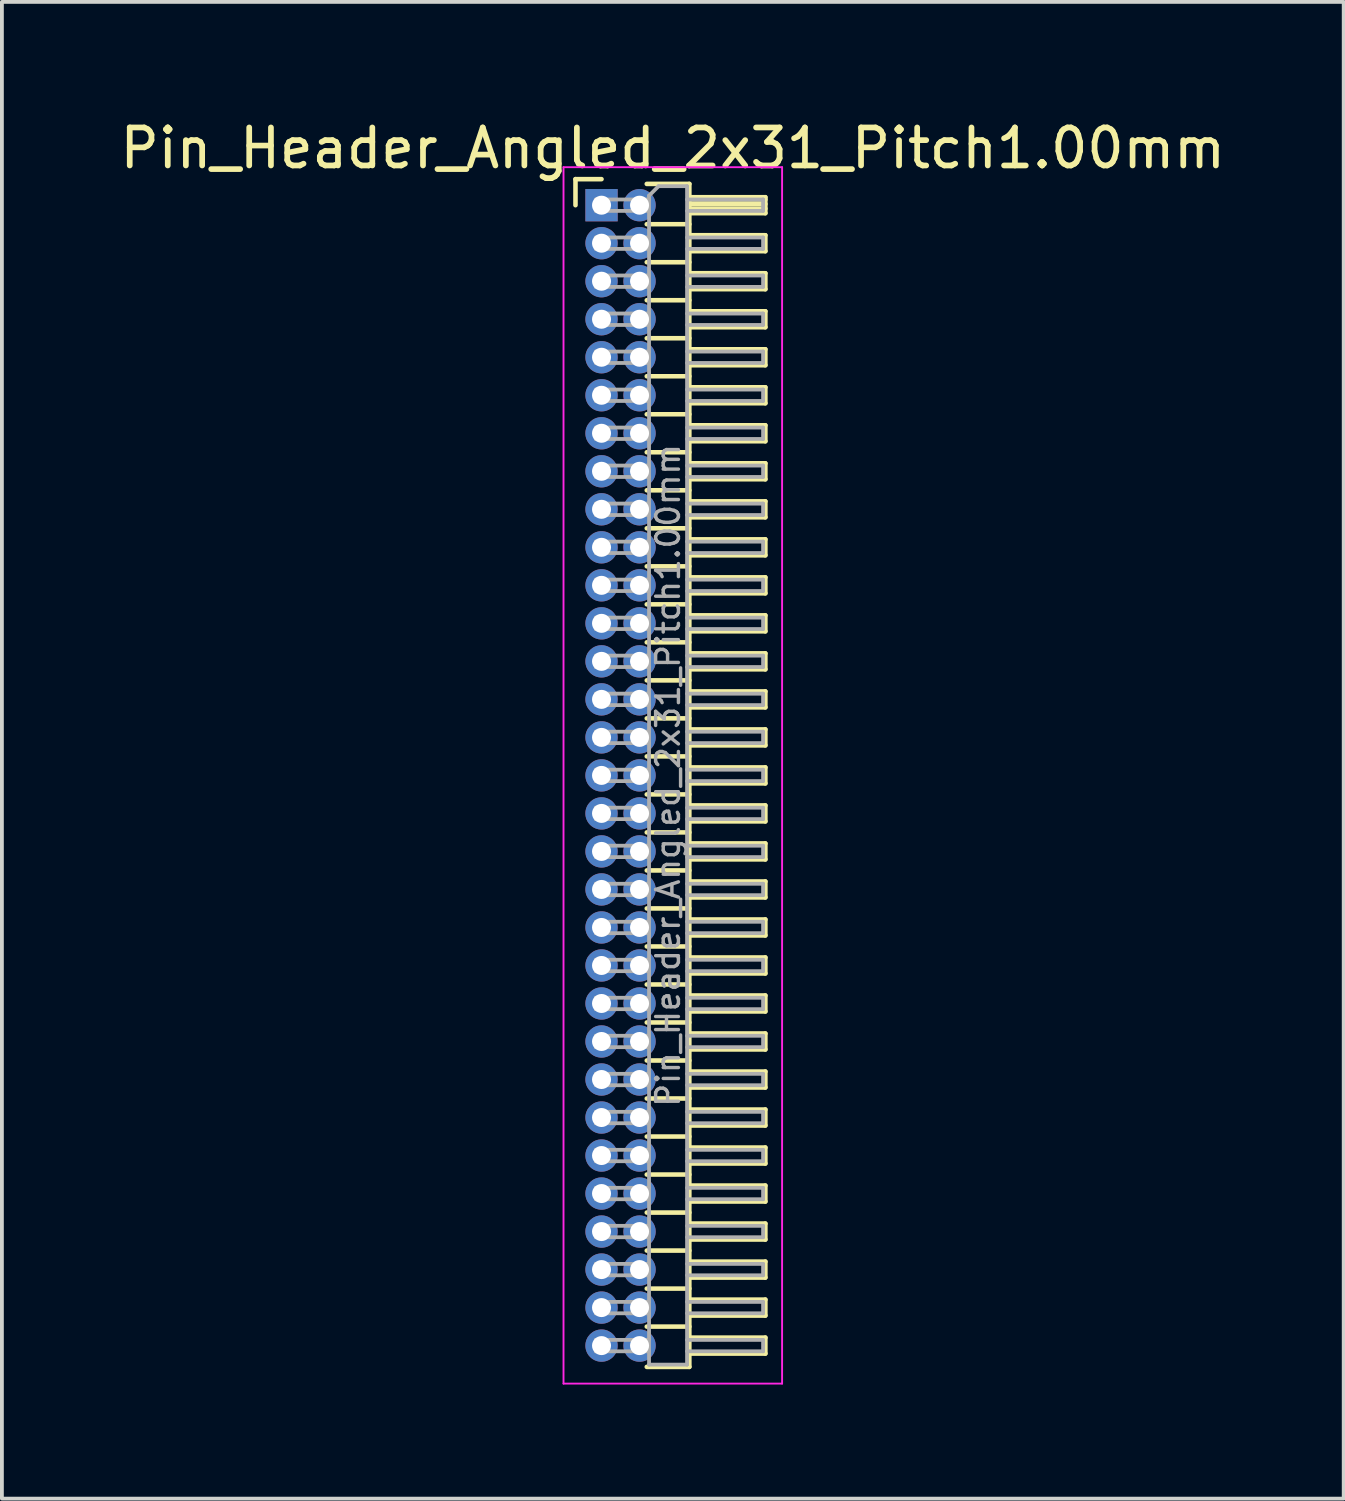
<source format=kicad_pcb>
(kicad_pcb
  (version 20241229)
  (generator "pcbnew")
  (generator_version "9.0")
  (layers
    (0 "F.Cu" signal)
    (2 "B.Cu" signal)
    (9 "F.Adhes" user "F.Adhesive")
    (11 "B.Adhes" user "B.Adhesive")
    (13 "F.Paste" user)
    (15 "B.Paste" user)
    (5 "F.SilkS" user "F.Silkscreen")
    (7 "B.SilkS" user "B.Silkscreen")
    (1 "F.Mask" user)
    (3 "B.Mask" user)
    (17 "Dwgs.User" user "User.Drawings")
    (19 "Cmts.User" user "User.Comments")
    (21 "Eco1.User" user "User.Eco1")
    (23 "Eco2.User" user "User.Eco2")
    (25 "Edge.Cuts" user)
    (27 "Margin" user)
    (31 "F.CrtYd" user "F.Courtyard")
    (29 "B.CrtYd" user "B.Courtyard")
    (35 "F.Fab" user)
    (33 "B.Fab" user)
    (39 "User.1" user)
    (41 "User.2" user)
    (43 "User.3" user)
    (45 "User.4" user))
  (footprint "Pin_Header_Angled_2x31_Pitch1.00mm"
    (layer "F.Cu")
    (at 12.774 2.348)
    (property "Reference" "Pin_Header_Angled_2x31_Pitch1.00mm" (at 1.875 -1.5 0) (layer "F.SilkS") (effects (font (size 1 1) (thickness 0.15))))
    (attr through_hole)
    (fp_line (start -0.685 -0.685) (end 0 -0.685) (stroke (width 0.12) (type solid)) (layer "F.SilkS"))
    (fp_line (start -0.685 0) (end -0.685 -0.685) (stroke (width 0.12) (type solid)) (layer "F.SilkS"))
    (fp_line (start 1.19 -0.56) (end 2.31 -0.56) (stroke (width 0.12) (type solid)) (layer "F.SilkS"))
    (fp_line (start 1.19 0.5) (end 2.31 0.5) (stroke (width 0.12) (type solid)) (layer "F.SilkS"))
    (fp_line (start 1.19 1.5) (end 2.31 1.5) (stroke (width 0.12) (type solid)) (layer "F.SilkS"))
    (fp_line (start 1.19 2.5) (end 2.31 2.5) (stroke (width 0.12) (type solid)) (layer "F.SilkS"))
    (fp_line (start 1.19 3.5) (end 2.31 3.5) (stroke (width 0.12) (type solid)) (layer "F.SilkS"))
    (fp_line (start 1.19 4.5) (end 2.31 4.5) (stroke (width 0.12) (type solid)) (layer "F.SilkS"))
    (fp_line (start 1.19 5.5) (end 2.31 5.5) (stroke (width 0.12) (type solid)) (layer "F.SilkS"))
    (fp_line (start 1.19 6.5) (end 2.31 6.5) (stroke (width 0.12) (type solid)) (layer "F.SilkS"))
    (fp_line (start 1.19 7.5) (end 2.31 7.5) (stroke (width 0.12) (type solid)) (layer "F.SilkS"))
    (fp_line (start 1.19 8.5) (end 2.31 8.5) (stroke (width 0.12) (type solid)) (layer "F.SilkS"))
    (fp_line (start 1.19 9.5) (end 2.31 9.5) (stroke (width 0.12) (type solid)) (layer "F.SilkS"))
    (fp_line (start 1.19 10.5) (end 2.31 10.5) (stroke (width 0.12) (type solid)) (layer "F.SilkS"))
    (fp_line (start 1.19 11.5) (end 2.31 11.5) (stroke (width 0.12) (type solid)) (layer "F.SilkS"))
    (fp_line (start 1.19 12.5) (end 2.31 12.5) (stroke (width 0.12) (type solid)) (layer "F.SilkS"))
    (fp_line (start 1.19 13.5) (end 2.31 13.5) (stroke (width 0.12) (type solid)) (layer "F.SilkS"))
    (fp_line (start 1.19 14.5) (end 2.31 14.5) (stroke (width 0.12) (type solid)) (layer "F.SilkS"))
    (fp_line (start 1.19 15.5) (end 2.31 15.5) (stroke (width 0.12) (type solid)) (layer "F.SilkS"))
    (fp_line (start 1.19 16.5) (end 2.31 16.5) (stroke (width 0.12) (type solid)) (layer "F.SilkS"))
    (fp_line (start 1.19 17.5) (end 2.31 17.5) (stroke (width 0.12) (type solid)) (layer "F.SilkS"))
    (fp_line (start 1.19 18.5) (end 2.31 18.5) (stroke (width 0.12) (type solid)) (layer "F.SilkS"))
    (fp_line (start 1.19 19.5) (end 2.31 19.5) (stroke (width 0.12) (type solid)) (layer "F.SilkS"))
    (fp_line (start 1.19 20.5) (end 2.31 20.5) (stroke (width 0.12) (type solid)) (layer "F.SilkS"))
    (fp_line (start 1.19 21.5) (end 2.31 21.5) (stroke (width 0.12) (type solid)) (layer "F.SilkS"))
    (fp_line (start 1.19 22.5) (end 2.31 22.5) (stroke (width 0.12) (type solid)) (layer "F.SilkS"))
    (fp_line (start 1.19 23.5) (end 2.31 23.5) (stroke (width 0.12) (type solid)) (layer "F.SilkS"))
    (fp_line (start 1.19 24.5) (end 2.31 24.5) (stroke (width 0.12) (type solid)) (layer "F.SilkS"))
    (fp_line (start 1.19 25.5) (end 2.31 25.5) (stroke (width 0.12) (type solid)) (layer "F.SilkS"))
    (fp_line (start 1.19 26.5) (end 2.31 26.5) (stroke (width 0.12) (type solid)) (layer "F.SilkS"))
    (fp_line (start 1.19 27.5) (end 2.31 27.5) (stroke (width 0.12) (type solid)) (layer "F.SilkS"))
    (fp_line (start 1.19 28.5) (end 2.31 28.5) (stroke (width 0.12) (type solid)) (layer "F.SilkS"))
    (fp_line (start 1.19 29.5) (end 2.31 29.5) (stroke (width 0.12) (type solid)) (layer "F.SilkS"))
    (fp_line (start 2.31 -0.56) (end 2.31 30.56) (stroke (width 0.12) (type solid)) (layer "F.SilkS"))
    (fp_line (start 2.31 -0.21) (end 4.31 -0.21) (stroke (width 0.12) (type solid)) (layer "F.SilkS"))
    (fp_line (start 2.31 -0.15) (end 4.31 -0.15) (stroke (width 0.12) (type solid)) (layer "F.SilkS"))
    (fp_line (start 2.31 -0.03) (end 4.31 -0.03) (stroke (width 0.12) (type solid)) (layer "F.SilkS"))
    (fp_line (start 2.31 0.09) (end 4.31 0.09) (stroke (width 0.12) (type solid)) (layer "F.SilkS"))
    (fp_line (start 2.31 0.79) (end 4.31 0.79) (stroke (width 0.12) (type solid)) (layer "F.SilkS"))
    (fp_line (start 2.31 1.79) (end 4.31 1.79) (stroke (width 0.12) (type solid)) (layer "F.SilkS"))
    (fp_line (start 2.31 2.79) (end 4.31 2.79) (stroke (width 0.12) (type solid)) (layer "F.SilkS"))
    (fp_line (start 2.31 3.79) (end 4.31 3.79) (stroke (width 0.12) (type solid)) (layer "F.SilkS"))
    (fp_line (start 2.31 4.79) (end 4.31 4.79) (stroke (width 0.12) (type solid)) (layer "F.SilkS"))
    (fp_line (start 2.31 5.79) (end 4.31 5.79) (stroke (width 0.12) (type solid)) (layer "F.SilkS"))
    (fp_line (start 2.31 6.79) (end 4.31 6.79) (stroke (width 0.12) (type solid)) (layer "F.SilkS"))
    (fp_line (start 2.31 7.79) (end 4.31 7.79) (stroke (width 0.12) (type solid)) (layer "F.SilkS"))
    (fp_line (start 2.31 8.79) (end 4.31 8.79) (stroke (width 0.12) (type solid)) (layer "F.SilkS"))
    (fp_line (start 2.31 9.79) (end 4.31 9.79) (stroke (width 0.12) (type solid)) (layer "F.SilkS"))
    (fp_line (start 2.31 10.79) (end 4.31 10.79) (stroke (width 0.12) (type solid)) (layer "F.SilkS"))
    (fp_line (start 2.31 11.79) (end 4.31 11.79) (stroke (width 0.12) (type solid)) (layer "F.SilkS"))
    (fp_line (start 2.31 12.79) (end 4.31 12.79) (stroke (width 0.12) (type solid)) (layer "F.SilkS"))
    (fp_line (start 2.31 13.79) (end 4.31 13.79) (stroke (width 0.12) (type solid)) (layer "F.SilkS"))
    (fp_line (start 2.31 14.79) (end 4.31 14.79) (stroke (width 0.12) (type solid)) (layer "F.SilkS"))
    (fp_line (start 2.31 15.79) (end 4.31 15.79) (stroke (width 0.12) (type solid)) (layer "F.SilkS"))
    (fp_line (start 2.31 16.79) (end 4.31 16.79) (stroke (width 0.12) (type solid)) (layer "F.SilkS"))
    (fp_line (start 2.31 17.79) (end 4.31 17.79) (stroke (width 0.12) (type solid)) (layer "F.SilkS"))
    (fp_line (start 2.31 18.79) (end 4.31 18.79) (stroke (width 0.12) (type solid)) (layer "F.SilkS"))
    (fp_line (start 2.31 19.79) (end 4.31 19.79) (stroke (width 0.12) (type solid)) (layer "F.SilkS"))
    (fp_line (start 2.31 20.79) (end 4.31 20.79) (stroke (width 0.12) (type solid)) (layer "F.SilkS"))
    (fp_line (start 2.31 21.79) (end 4.31 21.79) (stroke (width 0.12) (type solid)) (layer "F.SilkS"))
    (fp_line (start 2.31 22.79) (end 4.31 22.79) (stroke (width 0.12) (type solid)) (layer "F.SilkS"))
    (fp_line (start 2.31 23.79) (end 4.31 23.79) (stroke (width 0.12) (type solid)) (layer "F.SilkS"))
    (fp_line (start 2.31 24.79) (end 4.31 24.79) (stroke (width 0.12) (type solid)) (layer "F.SilkS"))
    (fp_line (start 2.31 25.79) (end 4.31 25.79) (stroke (width 0.12) (type solid)) (layer "F.SilkS"))
    (fp_line (start 2.31 26.79) (end 4.31 26.79) (stroke (width 0.12) (type solid)) (layer "F.SilkS"))
    (fp_line (start 2.31 27.79) (end 4.31 27.79) (stroke (width 0.12) (type solid)) (layer "F.SilkS"))
    (fp_line (start 2.31 28.79) (end 4.31 28.79) (stroke (width 0.12) (type solid)) (layer "F.SilkS"))
    (fp_line (start 2.31 29.79) (end 4.31 29.79) (stroke (width 0.12) (type solid)) (layer "F.SilkS"))
    (fp_line (start 2.31 30.56) (end 1.19 30.56) (stroke (width 0.12) (type solid)) (layer "F.SilkS"))
    (fp_line (start 4.31 -0.21) (end 4.31 0.21) (stroke (width 0.12) (type solid)) (layer "F.SilkS"))
    (fp_line (start 4.31 0.21) (end 2.31 0.21) (stroke (width 0.12) (type solid)) (layer "F.SilkS"))
    (fp_line (start 4.31 0.79) (end 4.31 1.21) (stroke (width 0.12) (type solid)) (layer "F.SilkS"))
    (fp_line (start 4.31 1.21) (end 2.31 1.21) (stroke (width 0.12) (type solid)) (layer "F.SilkS"))
    (fp_line (start 4.31 1.79) (end 4.31 2.21) (stroke (width 0.12) (type solid)) (layer "F.SilkS"))
    (fp_line (start 4.31 2.21) (end 2.31 2.21) (stroke (width 0.12) (type solid)) (layer "F.SilkS"))
    (fp_line (start 4.31 2.79) (end 4.31 3.21) (stroke (width 0.12) (type solid)) (layer "F.SilkS"))
    (fp_line (start 4.31 3.21) (end 2.31 3.21) (stroke (width 0.12) (type solid)) (layer "F.SilkS"))
    (fp_line (start 4.31 3.79) (end 4.31 4.21) (stroke (width 0.12) (type solid)) (layer "F.SilkS"))
    (fp_line (start 4.31 4.21) (end 2.31 4.21) (stroke (width 0.12) (type solid)) (layer "F.SilkS"))
    (fp_line (start 4.31 4.79) (end 4.31 5.21) (stroke (width 0.12) (type solid)) (layer "F.SilkS"))
    (fp_line (start 4.31 5.21) (end 2.31 5.21) (stroke (width 0.12) (type solid)) (layer "F.SilkS"))
    (fp_line (start 4.31 5.79) (end 4.31 6.21) (stroke (width 0.12) (type solid)) (layer "F.SilkS"))
    (fp_line (start 4.31 6.21) (end 2.31 6.21) (stroke (width 0.12) (type solid)) (layer "F.SilkS"))
    (fp_line (start 4.31 6.79) (end 4.31 7.21) (stroke (width 0.12) (type solid)) (layer "F.SilkS"))
    (fp_line (start 4.31 7.21) (end 2.31 7.21) (stroke (width 0.12) (type solid)) (layer "F.SilkS"))
    (fp_line (start 4.31 7.79) (end 4.31 8.21) (stroke (width 0.12) (type solid)) (layer "F.SilkS"))
    (fp_line (start 4.31 8.21) (end 2.31 8.21) (stroke (width 0.12) (type solid)) (layer "F.SilkS"))
    (fp_line (start 4.31 8.79) (end 4.31 9.21) (stroke (width 0.12) (type solid)) (layer "F.SilkS"))
    (fp_line (start 4.31 9.21) (end 2.31 9.21) (stroke (width 0.12) (type solid)) (layer "F.SilkS"))
    (fp_line (start 4.31 9.79) (end 4.31 10.21) (stroke (width 0.12) (type solid)) (layer "F.SilkS"))
    (fp_line (start 4.31 10.21) (end 2.31 10.21) (stroke (width 0.12) (type solid)) (layer "F.SilkS"))
    (fp_line (start 4.31 10.79) (end 4.31 11.21) (stroke (width 0.12) (type solid)) (layer "F.SilkS"))
    (fp_line (start 4.31 11.21) (end 2.31 11.21) (stroke (width 0.12) (type solid)) (layer "F.SilkS"))
    (fp_line (start 4.31 11.79) (end 4.31 12.21) (stroke (width 0.12) (type solid)) (layer "F.SilkS"))
    (fp_line (start 4.31 12.21) (end 2.31 12.21) (stroke (width 0.12) (type solid)) (layer "F.SilkS"))
    (fp_line (start 4.31 12.79) (end 4.31 13.21) (stroke (width 0.12) (type solid)) (layer "F.SilkS"))
    (fp_line (start 4.31 13.21) (end 2.31 13.21) (stroke (width 0.12) (type solid)) (layer "F.SilkS"))
    (fp_line (start 4.31 13.79) (end 4.31 14.21) (stroke (width 0.12) (type solid)) (layer "F.SilkS"))
    (fp_line (start 4.31 14.21) (end 2.31 14.21) (stroke (width 0.12) (type solid)) (layer "F.SilkS"))
    (fp_line (start 4.31 14.79) (end 4.31 15.21) (stroke (width 0.12) (type solid)) (layer "F.SilkS"))
    (fp_line (start 4.31 15.21) (end 2.31 15.21) (stroke (width 0.12) (type solid)) (layer "F.SilkS"))
    (fp_line (start 4.31 15.79) (end 4.31 16.21) (stroke (width 0.12) (type solid)) (layer "F.SilkS"))
    (fp_line (start 4.31 16.21) (end 2.31 16.21) (stroke (width 0.12) (type solid)) (layer "F.SilkS"))
    (fp_line (start 4.31 16.79) (end 4.31 17.21) (stroke (width 0.12) (type solid)) (layer "F.SilkS"))
    (fp_line (start 4.31 17.21) (end 2.31 17.21) (stroke (width 0.12) (type solid)) (layer "F.SilkS"))
    (fp_line (start 4.31 17.79) (end 4.31 18.21) (stroke (width 0.12) (type solid)) (layer "F.SilkS"))
    (fp_line (start 4.31 18.21) (end 2.31 18.21) (stroke (width 0.12) (type solid)) (layer "F.SilkS"))
    (fp_line (start 4.31 18.79) (end 4.31 19.21) (stroke (width 0.12) (type solid)) (layer "F.SilkS"))
    (fp_line (start 4.31 19.21) (end 2.31 19.21) (stroke (width 0.12) (type solid)) (layer "F.SilkS"))
    (fp_line (start 4.31 19.79) (end 4.31 20.21) (stroke (width 0.12) (type solid)) (layer "F.SilkS"))
    (fp_line (start 4.31 20.21) (end 2.31 20.21) (stroke (width 0.12) (type solid)) (layer "F.SilkS"))
    (fp_line (start 4.31 20.79) (end 4.31 21.21) (stroke (width 0.12) (type solid)) (layer "F.SilkS"))
    (fp_line (start 4.31 21.21) (end 2.31 21.21) (stroke (width 0.12) (type solid)) (layer "F.SilkS"))
    (fp_line (start 4.31 21.79) (end 4.31 22.21) (stroke (width 0.12) (type solid)) (layer "F.SilkS"))
    (fp_line (start 4.31 22.21) (end 2.31 22.21) (stroke (width 0.12) (type solid)) (layer "F.SilkS"))
    (fp_line (start 4.31 22.79) (end 4.31 23.21) (stroke (width 0.12) (type solid)) (layer "F.SilkS"))
    (fp_line (start 4.31 23.21) (end 2.31 23.21) (stroke (width 0.12) (type solid)) (layer "F.SilkS"))
    (fp_line (start 4.31 23.79) (end 4.31 24.21) (stroke (width 0.12) (type solid)) (layer "F.SilkS"))
    (fp_line (start 4.31 24.21) (end 2.31 24.21) (stroke (width 0.12) (type solid)) (layer "F.SilkS"))
    (fp_line (start 4.31 24.79) (end 4.31 25.21) (stroke (width 0.12) (type solid)) (layer "F.SilkS"))
    (fp_line (start 4.31 25.21) (end 2.31 25.21) (stroke (width 0.12) (type solid)) (layer "F.SilkS"))
    (fp_line (start 4.31 25.79) (end 4.31 26.21) (stroke (width 0.12) (type solid)) (layer "F.SilkS"))
    (fp_line (start 4.31 26.21) (end 2.31 26.21) (stroke (width 0.12) (type solid)) (layer "F.SilkS"))
    (fp_line (start 4.31 26.79) (end 4.31 27.21) (stroke (width 0.12) (type solid)) (layer "F.SilkS"))
    (fp_line (start 4.31 27.21) (end 2.31 27.21) (stroke (width 0.12) (type solid)) (layer "F.SilkS"))
    (fp_line (start 4.31 27.79) (end 4.31 28.21) (stroke (width 0.12) (type solid)) (layer "F.SilkS"))
    (fp_line (start 4.31 28.21) (end 2.31 28.21) (stroke (width 0.12) (type solid)) (layer "F.SilkS"))
    (fp_line (start 4.31 28.79) (end 4.31 29.21) (stroke (width 0.12) (type solid)) (layer "F.SilkS"))
    (fp_line (start 4.31 29.21) (end 2.31 29.21) (stroke (width 0.12) (type solid)) (layer "F.SilkS"))
    (fp_line (start 4.31 29.79) (end 4.31 30.21) (stroke (width 0.12) (type solid)) (layer "F.SilkS"))
    (fp_line (start 4.31 30.21) (end 2.31 30.21) (stroke (width 0.12) (type solid)) (layer "F.SilkS"))
    (fp_line (start -1 -1) (end -1 31) (stroke (width 0.05) (type solid)) (layer "F.CrtYd"))
    (fp_line (start -1 31) (end 4.75 31) (stroke (width 0.05) (type solid)) (layer "F.CrtYd"))
    (fp_line (start 4.75 -1) (end -1 -1) (stroke (width 0.05) (type solid)) (layer "F.CrtYd"))
    (fp_line (start 4.75 31) (end 4.75 -1) (stroke (width 0.05) (type solid)) (layer "F.CrtYd"))
    (fp_line (start -0.15 -0.15) (end -0.15 0.15) (stroke (width 0.1) (type solid)) (layer "F.Fab"))
    (fp_line (start -0.15 -0.15) (end 1.25 -0.15) (stroke (width 0.1) (type solid)) (layer "F.Fab"))
    (fp_line (start -0.15 0.15) (end 1.25 0.15) (stroke (width 0.1) (type solid)) (layer "F.Fab"))
    (fp_line (start -0.15 0.85) (end -0.15 1.15) (stroke (width 0.1) (type solid)) (layer "F.Fab"))
    (fp_line (start -0.15 0.85) (end 1.25 0.85) (stroke (width 0.1) (type solid)) (layer "F.Fab"))
    (fp_line (start -0.15 1.15) (end 1.25 1.15) (stroke (width 0.1) (type solid)) (layer "F.Fab"))
    (fp_line (start -0.15 1.85) (end -0.15 2.15) (stroke (width 0.1) (type solid)) (layer "F.Fab"))
    (fp_line (start -0.15 1.85) (end 1.25 1.85) (stroke (width 0.1) (type solid)) (layer "F.Fab"))
    (fp_line (start -0.15 2.15) (end 1.25 2.15) (stroke (width 0.1) (type solid)) (layer "F.Fab"))
    (fp_line (start -0.15 2.85) (end -0.15 3.15) (stroke (width 0.1) (type solid)) (layer "F.Fab"))
    (fp_line (start -0.15 2.85) (end 1.25 2.85) (stroke (width 0.1) (type solid)) (layer "F.Fab"))
    (fp_line (start -0.15 3.15) (end 1.25 3.15) (stroke (width 0.1) (type solid)) (layer "F.Fab"))
    (fp_line (start -0.15 3.85) (end -0.15 4.15) (stroke (width 0.1) (type solid)) (layer "F.Fab"))
    (fp_line (start -0.15 3.85) (end 1.25 3.85) (stroke (width 0.1) (type solid)) (layer "F.Fab"))
    (fp_line (start -0.15 4.15) (end 1.25 4.15) (stroke (width 0.1) (type solid)) (layer "F.Fab"))
    (fp_line (start -0.15 4.85) (end -0.15 5.15) (stroke (width 0.1) (type solid)) (layer "F.Fab"))
    (fp_line (start -0.15 4.85) (end 1.25 4.85) (stroke (width 0.1) (type solid)) (layer "F.Fab"))
    (fp_line (start -0.15 5.15) (end 1.25 5.15) (stroke (width 0.1) (type solid)) (layer "F.Fab"))
    (fp_line (start -0.15 5.85) (end -0.15 6.15) (stroke (width 0.1) (type solid)) (layer "F.Fab"))
    (fp_line (start -0.15 5.85) (end 1.25 5.85) (stroke (width 0.1) (type solid)) (layer "F.Fab"))
    (fp_line (start -0.15 6.15) (end 1.25 6.15) (stroke (width 0.1) (type solid)) (layer "F.Fab"))
    (fp_line (start -0.15 6.85) (end -0.15 7.15) (stroke (width 0.1) (type solid)) (layer "F.Fab"))
    (fp_line (start -0.15 6.85) (end 1.25 6.85) (stroke (width 0.1) (type solid)) (layer "F.Fab"))
    (fp_line (start -0.15 7.15) (end 1.25 7.15) (stroke (width 0.1) (type solid)) (layer "F.Fab"))
    (fp_line (start -0.15 7.85) (end -0.15 8.15) (stroke (width 0.1) (type solid)) (layer "F.Fab"))
    (fp_line (start -0.15 7.85) (end 1.25 7.85) (stroke (width 0.1) (type solid)) (layer "F.Fab"))
    (fp_line (start -0.15 8.15) (end 1.25 8.15) (stroke (width 0.1) (type solid)) (layer "F.Fab"))
    (fp_line (start -0.15 8.85) (end -0.15 9.15) (stroke (width 0.1) (type solid)) (layer "F.Fab"))
    (fp_line (start -0.15 8.85) (end 1.25 8.85) (stroke (width 0.1) (type solid)) (layer "F.Fab"))
    (fp_line (start -0.15 9.15) (end 1.25 9.15) (stroke (width 0.1) (type solid)) (layer "F.Fab"))
    (fp_line (start -0.15 9.85) (end -0.15 10.15) (stroke (width 0.1) (type solid)) (layer "F.Fab"))
    (fp_line (start -0.15 9.85) (end 1.25 9.85) (stroke (width 0.1) (type solid)) (layer "F.Fab"))
    (fp_line (start -0.15 10.15) (end 1.25 10.15) (stroke (width 0.1) (type solid)) (layer "F.Fab"))
    (fp_line (start -0.15 10.85) (end -0.15 11.15) (stroke (width 0.1) (type solid)) (layer "F.Fab"))
    (fp_line (start -0.15 10.85) (end 1.25 10.85) (stroke (width 0.1) (type solid)) (layer "F.Fab"))
    (fp_line (start -0.15 11.15) (end 1.25 11.15) (stroke (width 0.1) (type solid)) (layer "F.Fab"))
    (fp_line (start -0.15 11.85) (end -0.15 12.15) (stroke (width 0.1) (type solid)) (layer "F.Fab"))
    (fp_line (start -0.15 11.85) (end 1.25 11.85) (stroke (width 0.1) (type solid)) (layer "F.Fab"))
    (fp_line (start -0.15 12.15) (end 1.25 12.15) (stroke (width 0.1) (type solid)) (layer "F.Fab"))
    (fp_line (start -0.15 12.85) (end -0.15 13.15) (stroke (width 0.1) (type solid)) (layer "F.Fab"))
    (fp_line (start -0.15 12.85) (end 1.25 12.85) (stroke (width 0.1) (type solid)) (layer "F.Fab"))
    (fp_line (start -0.15 13.15) (end 1.25 13.15) (stroke (width 0.1) (type solid)) (layer "F.Fab"))
    (fp_line (start -0.15 13.85) (end -0.15 14.15) (stroke (width 0.1) (type solid)) (layer "F.Fab"))
    (fp_line (start -0.15 13.85) (end 1.25 13.85) (stroke (width 0.1) (type solid)) (layer "F.Fab"))
    (fp_line (start -0.15 14.15) (end 1.25 14.15) (stroke (width 0.1) (type solid)) (layer "F.Fab"))
    (fp_line (start -0.15 14.85) (end -0.15 15.15) (stroke (width 0.1) (type solid)) (layer "F.Fab"))
    (fp_line (start -0.15 14.85) (end 1.25 14.85) (stroke (width 0.1) (type solid)) (layer "F.Fab"))
    (fp_line (start -0.15 15.15) (end 1.25 15.15) (stroke (width 0.1) (type solid)) (layer "F.Fab"))
    (fp_line (start -0.15 15.85) (end -0.15 16.15) (stroke (width 0.1) (type solid)) (layer "F.Fab"))
    (fp_line (start -0.15 15.85) (end 1.25 15.85) (stroke (width 0.1) (type solid)) (layer "F.Fab"))
    (fp_line (start -0.15 16.15) (end 1.25 16.15) (stroke (width 0.1) (type solid)) (layer "F.Fab"))
    (fp_line (start -0.15 16.85) (end -0.15 17.15) (stroke (width 0.1) (type solid)) (layer "F.Fab"))
    (fp_line (start -0.15 16.85) (end 1.25 16.85) (stroke (width 0.1) (type solid)) (layer "F.Fab"))
    (fp_line (start -0.15 17.15) (end 1.25 17.15) (stroke (width 0.1) (type solid)) (layer "F.Fab"))
    (fp_line (start -0.15 17.85) (end -0.15 18.15) (stroke (width 0.1) (type solid)) (layer "F.Fab"))
    (fp_line (start -0.15 17.85) (end 1.25 17.85) (stroke (width 0.1) (type solid)) (layer "F.Fab"))
    (fp_line (start -0.15 18.15) (end 1.25 18.15) (stroke (width 0.1) (type solid)) (layer "F.Fab"))
    (fp_line (start -0.15 18.85) (end -0.15 19.15) (stroke (width 0.1) (type solid)) (layer "F.Fab"))
    (fp_line (start -0.15 18.85) (end 1.25 18.85) (stroke (width 0.1) (type solid)) (layer "F.Fab"))
    (fp_line (start -0.15 19.15) (end 1.25 19.15) (stroke (width 0.1) (type solid)) (layer "F.Fab"))
    (fp_line (start -0.15 19.85) (end -0.15 20.15) (stroke (width 0.1) (type solid)) (layer "F.Fab"))
    (fp_line (start -0.15 19.85) (end 1.25 19.85) (stroke (width 0.1) (type solid)) (layer "F.Fab"))
    (fp_line (start -0.15 20.15) (end 1.25 20.15) (stroke (width 0.1) (type solid)) (layer "F.Fab"))
    (fp_line (start -0.15 20.85) (end -0.15 21.15) (stroke (width 0.1) (type solid)) (layer "F.Fab"))
    (fp_line (start -0.15 20.85) (end 1.25 20.85) (stroke (width 0.1) (type solid)) (layer "F.Fab"))
    (fp_line (start -0.15 21.15) (end 1.25 21.15) (stroke (width 0.1) (type solid)) (layer "F.Fab"))
    (fp_line (start -0.15 21.85) (end -0.15 22.15) (stroke (width 0.1) (type solid)) (layer "F.Fab"))
    (fp_line (start -0.15 21.85) (end 1.25 21.85) (stroke (width 0.1) (type solid)) (layer "F.Fab"))
    (fp_line (start -0.15 22.15) (end 1.25 22.15) (stroke (width 0.1) (type solid)) (layer "F.Fab"))
    (fp_line (start -0.15 22.85) (end -0.15 23.15) (stroke (width 0.1) (type solid)) (layer "F.Fab"))
    (fp_line (start -0.15 22.85) (end 1.25 22.85) (stroke (width 0.1) (type solid)) (layer "F.Fab"))
    (fp_line (start -0.15 23.15) (end 1.25 23.15) (stroke (width 0.1) (type solid)) (layer "F.Fab"))
    (fp_line (start -0.15 23.85) (end -0.15 24.15) (stroke (width 0.1) (type solid)) (layer "F.Fab"))
    (fp_line (start -0.15 23.85) (end 1.25 23.85) (stroke (width 0.1) (type solid)) (layer "F.Fab"))
    (fp_line (start -0.15 24.15) (end 1.25 24.15) (stroke (width 0.1) (type solid)) (layer "F.Fab"))
    (fp_line (start -0.15 24.85) (end -0.15 25.15) (stroke (width 0.1) (type solid)) (layer "F.Fab"))
    (fp_line (start -0.15 24.85) (end 1.25 24.85) (stroke (width 0.1) (type solid)) (layer "F.Fab"))
    (fp_line (start -0.15 25.15) (end 1.25 25.15) (stroke (width 0.1) (type solid)) (layer "F.Fab"))
    (fp_line (start -0.15 25.85) (end -0.15 26.15) (stroke (width 0.1) (type solid)) (layer "F.Fab"))
    (fp_line (start -0.15 25.85) (end 1.25 25.85) (stroke (width 0.1) (type solid)) (layer "F.Fab"))
    (fp_line (start -0.15 26.15) (end 1.25 26.15) (stroke (width 0.1) (type solid)) (layer "F.Fab"))
    (fp_line (start -0.15 26.85) (end -0.15 27.15) (stroke (width 0.1) (type solid)) (layer "F.Fab"))
    (fp_line (start -0.15 26.85) (end 1.25 26.85) (stroke (width 0.1) (type solid)) (layer "F.Fab"))
    (fp_line (start -0.15 27.15) (end 1.25 27.15) (stroke (width 0.1) (type solid)) (layer "F.Fab"))
    (fp_line (start -0.15 27.85) (end -0.15 28.15) (stroke (width 0.1) (type solid)) (layer "F.Fab"))
    (fp_line (start -0.15 27.85) (end 1.25 27.85) (stroke (width 0.1) (type solid)) (layer "F.Fab"))
    (fp_line (start -0.15 28.15) (end 1.25 28.15) (stroke (width 0.1) (type solid)) (layer "F.Fab"))
    (fp_line (start -0.15 28.85) (end -0.15 29.15) (stroke (width 0.1) (type solid)) (layer "F.Fab"))
    (fp_line (start -0.15 28.85) (end 1.25 28.85) (stroke (width 0.1) (type solid)) (layer "F.Fab"))
    (fp_line (start -0.15 29.15) (end 1.25 29.15) (stroke (width 0.1) (type solid)) (layer "F.Fab"))
    (fp_line (start -0.15 29.85) (end -0.15 30.15) (stroke (width 0.1) (type solid)) (layer "F.Fab"))
    (fp_line (start -0.15 29.85) (end 1.25 29.85) (stroke (width 0.1) (type solid)) (layer "F.Fab"))
    (fp_line (start -0.15 30.15) (end 1.25 30.15) (stroke (width 0.1) (type solid)) (layer "F.Fab"))
    (fp_line (start 1.25 -0.25) (end 1.5 -0.5) (stroke (width 0.1) (type solid)) (layer "F.Fab"))
    (fp_line (start 1.25 30.5) (end 1.25 -0.25) (stroke (width 0.1) (type solid)) (layer "F.Fab"))
    (fp_line (start 1.5 -0.5) (end 2.25 -0.5) (stroke (width 0.1) (type solid)) (layer "F.Fab"))
    (fp_line (start 2.25 -0.5) (end 2.25 30.5) (stroke (width 0.1) (type solid)) (layer "F.Fab"))
    (fp_line (start 2.25 -0.15) (end 4.25 -0.15) (stroke (width 0.1) (type solid)) (layer "F.Fab"))
    (fp_line (start 2.25 0.15) (end 4.25 0.15) (stroke (width 0.1) (type solid)) (layer "F.Fab"))
    (fp_line (start 2.25 0.85) (end 4.25 0.85) (stroke (width 0.1) (type solid)) (layer "F.Fab"))
    (fp_line (start 2.25 1.15) (end 4.25 1.15) (stroke (width 0.1) (type solid)) (layer "F.Fab"))
    (fp_line (start 2.25 1.85) (end 4.25 1.85) (stroke (width 0.1) (type solid)) (layer "F.Fab"))
    (fp_line (start 2.25 2.15) (end 4.25 2.15) (stroke (width 0.1) (type solid)) (layer "F.Fab"))
    (fp_line (start 2.25 2.85) (end 4.25 2.85) (stroke (width 0.1) (type solid)) (layer "F.Fab"))
    (fp_line (start 2.25 3.15) (end 4.25 3.15) (stroke (width 0.1) (type solid)) (layer "F.Fab"))
    (fp_line (start 2.25 3.85) (end 4.25 3.85) (stroke (width 0.1) (type solid)) (layer "F.Fab"))
    (fp_line (start 2.25 4.15) (end 4.25 4.15) (stroke (width 0.1) (type solid)) (layer "F.Fab"))
    (fp_line (start 2.25 4.85) (end 4.25 4.85) (stroke (width 0.1) (type solid)) (layer "F.Fab"))
    (fp_line (start 2.25 5.15) (end 4.25 5.15) (stroke (width 0.1) (type solid)) (layer "F.Fab"))
    (fp_line (start 2.25 5.85) (end 4.25 5.85) (stroke (width 0.1) (type solid)) (layer "F.Fab"))
    (fp_line (start 2.25 6.15) (end 4.25 6.15) (stroke (width 0.1) (type solid)) (layer "F.Fab"))
    (fp_line (start 2.25 6.85) (end 4.25 6.85) (stroke (width 0.1) (type solid)) (layer "F.Fab"))
    (fp_line (start 2.25 7.15) (end 4.25 7.15) (stroke (width 0.1) (type solid)) (layer "F.Fab"))
    (fp_line (start 2.25 7.85) (end 4.25 7.85) (stroke (width 0.1) (type solid)) (layer "F.Fab"))
    (fp_line (start 2.25 8.15) (end 4.25 8.15) (stroke (width 0.1) (type solid)) (layer "F.Fab"))
    (fp_line (start 2.25 8.85) (end 4.25 8.85) (stroke (width 0.1) (type solid)) (layer "F.Fab"))
    (fp_line (start 2.25 9.15) (end 4.25 9.15) (stroke (width 0.1) (type solid)) (layer "F.Fab"))
    (fp_line (start 2.25 9.85) (end 4.25 9.85) (stroke (width 0.1) (type solid)) (layer "F.Fab"))
    (fp_line (start 2.25 10.15) (end 4.25 10.15) (stroke (width 0.1) (type solid)) (layer "F.Fab"))
    (fp_line (start 2.25 10.85) (end 4.25 10.85) (stroke (width 0.1) (type solid)) (layer "F.Fab"))
    (fp_line (start 2.25 11.15) (end 4.25 11.15) (stroke (width 0.1) (type solid)) (layer "F.Fab"))
    (fp_line (start 2.25 11.85) (end 4.25 11.85) (stroke (width 0.1) (type solid)) (layer "F.Fab"))
    (fp_line (start 2.25 12.15) (end 4.25 12.15) (stroke (width 0.1) (type solid)) (layer "F.Fab"))
    (fp_line (start 2.25 12.85) (end 4.25 12.85) (stroke (width 0.1) (type solid)) (layer "F.Fab"))
    (fp_line (start 2.25 13.15) (end 4.25 13.15) (stroke (width 0.1) (type solid)) (layer "F.Fab"))
    (fp_line (start 2.25 13.85) (end 4.25 13.85) (stroke (width 0.1) (type solid)) (layer "F.Fab"))
    (fp_line (start 2.25 14.15) (end 4.25 14.15) (stroke (width 0.1) (type solid)) (layer "F.Fab"))
    (fp_line (start 2.25 14.85) (end 4.25 14.85) (stroke (width 0.1) (type solid)) (layer "F.Fab"))
    (fp_line (start 2.25 15.15) (end 4.25 15.15) (stroke (width 0.1) (type solid)) (layer "F.Fab"))
    (fp_line (start 2.25 15.85) (end 4.25 15.85) (stroke (width 0.1) (type solid)) (layer "F.Fab"))
    (fp_line (start 2.25 16.15) (end 4.25 16.15) (stroke (width 0.1) (type solid)) (layer "F.Fab"))
    (fp_line (start 2.25 16.85) (end 4.25 16.85) (stroke (width 0.1) (type solid)) (layer "F.Fab"))
    (fp_line (start 2.25 17.15) (end 4.25 17.15) (stroke (width 0.1) (type solid)) (layer "F.Fab"))
    (fp_line (start 2.25 17.85) (end 4.25 17.85) (stroke (width 0.1) (type solid)) (layer "F.Fab"))
    (fp_line (start 2.25 18.15) (end 4.25 18.15) (stroke (width 0.1) (type solid)) (layer "F.Fab"))
    (fp_line (start 2.25 18.85) (end 4.25 18.85) (stroke (width 0.1) (type solid)) (layer "F.Fab"))
    (fp_line (start 2.25 19.15) (end 4.25 19.15) (stroke (width 0.1) (type solid)) (layer "F.Fab"))
    (fp_line (start 2.25 19.85) (end 4.25 19.85) (stroke (width 0.1) (type solid)) (layer "F.Fab"))
    (fp_line (start 2.25 20.15) (end 4.25 20.15) (stroke (width 0.1) (type solid)) (layer "F.Fab"))
    (fp_line (start 2.25 20.85) (end 4.25 20.85) (stroke (width 0.1) (type solid)) (layer "F.Fab"))
    (fp_line (start 2.25 21.15) (end 4.25 21.15) (stroke (width 0.1) (type solid)) (layer "F.Fab"))
    (fp_line (start 2.25 21.85) (end 4.25 21.85) (stroke (width 0.1) (type solid)) (layer "F.Fab"))
    (fp_line (start 2.25 22.15) (end 4.25 22.15) (stroke (width 0.1) (type solid)) (layer "F.Fab"))
    (fp_line (start 2.25 22.85) (end 4.25 22.85) (stroke (width 0.1) (type solid)) (layer "F.Fab"))
    (fp_line (start 2.25 23.15) (end 4.25 23.15) (stroke (width 0.1) (type solid)) (layer "F.Fab"))
    (fp_line (start 2.25 23.85) (end 4.25 23.85) (stroke (width 0.1) (type solid)) (layer "F.Fab"))
    (fp_line (start 2.25 24.15) (end 4.25 24.15) (stroke (width 0.1) (type solid)) (layer "F.Fab"))
    (fp_line (start 2.25 24.85) (end 4.25 24.85) (stroke (width 0.1) (type solid)) (layer "F.Fab"))
    (fp_line (start 2.25 25.15) (end 4.25 25.15) (stroke (width 0.1) (type solid)) (layer "F.Fab"))
    (fp_line (start 2.25 25.85) (end 4.25 25.85) (stroke (width 0.1) (type solid)) (layer "F.Fab"))
    (fp_line (start 2.25 26.15) (end 4.25 26.15) (stroke (width 0.1) (type solid)) (layer "F.Fab"))
    (fp_line (start 2.25 26.85) (end 4.25 26.85) (stroke (width 0.1) (type solid)) (layer "F.Fab"))
    (fp_line (start 2.25 27.15) (end 4.25 27.15) (stroke (width 0.1) (type solid)) (layer "F.Fab"))
    (fp_line (start 2.25 27.85) (end 4.25 27.85) (stroke (width 0.1) (type solid)) (layer "F.Fab"))
    (fp_line (start 2.25 28.15) (end 4.25 28.15) (stroke (width 0.1) (type solid)) (layer "F.Fab"))
    (fp_line (start 2.25 28.85) (end 4.25 28.85) (stroke (width 0.1) (type solid)) (layer "F.Fab"))
    (fp_line (start 2.25 29.15) (end 4.25 29.15) (stroke (width 0.1) (type solid)) (layer "F.Fab"))
    (fp_line (start 2.25 29.85) (end 4.25 29.85) (stroke (width 0.1) (type solid)) (layer "F.Fab"))
    (fp_line (start 2.25 30.15) (end 4.25 30.15) (stroke (width 0.1) (type solid)) (layer "F.Fab"))
    (fp_line (start 2.25 30.5) (end 1.25 30.5) (stroke (width 0.1) (type solid)) (layer "F.Fab"))
    (fp_line (start 4.25 -0.15) (end 4.25 0.15) (stroke (width 0.1) (type solid)) (layer "F.Fab"))
    (fp_line (start 4.25 0.85) (end 4.25 1.15) (stroke (width 0.1) (type solid)) (layer "F.Fab"))
    (fp_line (start 4.25 1.85) (end 4.25 2.15) (stroke (width 0.1) (type solid)) (layer "F.Fab"))
    (fp_line (start 4.25 2.85) (end 4.25 3.15) (stroke (width 0.1) (type solid)) (layer "F.Fab"))
    (fp_line (start 4.25 3.85) (end 4.25 4.15) (stroke (width 0.1) (type solid)) (layer "F.Fab"))
    (fp_line (start 4.25 4.85) (end 4.25 5.15) (stroke (width 0.1) (type solid)) (layer "F.Fab"))
    (fp_line (start 4.25 5.85) (end 4.25 6.15) (stroke (width 0.1) (type solid)) (layer "F.Fab"))
    (fp_line (start 4.25 6.85) (end 4.25 7.15) (stroke (width 0.1) (type solid)) (layer "F.Fab"))
    (fp_line (start 4.25 7.85) (end 4.25 8.15) (stroke (width 0.1) (type solid)) (layer "F.Fab"))
    (fp_line (start 4.25 8.85) (end 4.25 9.15) (stroke (width 0.1) (type solid)) (layer "F.Fab"))
    (fp_line (start 4.25 9.85) (end 4.25 10.15) (stroke (width 0.1) (type solid)) (layer "F.Fab"))
    (fp_line (start 4.25 10.85) (end 4.25 11.15) (stroke (width 0.1) (type solid)) (layer "F.Fab"))
    (fp_line (start 4.25 11.85) (end 4.25 12.15) (stroke (width 0.1) (type solid)) (layer "F.Fab"))
    (fp_line (start 4.25 12.85) (end 4.25 13.15) (stroke (width 0.1) (type solid)) (layer "F.Fab"))
    (fp_line (start 4.25 13.85) (end 4.25 14.15) (stroke (width 0.1) (type solid)) (layer "F.Fab"))
    (fp_line (start 4.25 14.85) (end 4.25 15.15) (stroke (width 0.1) (type solid)) (layer "F.Fab"))
    (fp_line (start 4.25 15.85) (end 4.25 16.15) (stroke (width 0.1) (type solid)) (layer "F.Fab"))
    (fp_line (start 4.25 16.85) (end 4.25 17.15) (stroke (width 0.1) (type solid)) (layer "F.Fab"))
    (fp_line (start 4.25 17.85) (end 4.25 18.15) (stroke (width 0.1) (type solid)) (layer "F.Fab"))
    (fp_line (start 4.25 18.85) (end 4.25 19.15) (stroke (width 0.1) (type solid)) (layer "F.Fab"))
    (fp_line (start 4.25 19.85) (end 4.25 20.15) (stroke (width 0.1) (type solid)) (layer "F.Fab"))
    (fp_line (start 4.25 20.85) (end 4.25 21.15) (stroke (width 0.1) (type solid)) (layer "F.Fab"))
    (fp_line (start 4.25 21.85) (end 4.25 22.15) (stroke (width 0.1) (type solid)) (layer "F.Fab"))
    (fp_line (start 4.25 22.85) (end 4.25 23.15) (stroke (width 0.1) (type solid)) (layer "F.Fab"))
    (fp_line (start 4.25 23.85) (end 4.25 24.15) (stroke (width 0.1) (type solid)) (layer "F.Fab"))
    (fp_line (start 4.25 24.85) (end 4.25 25.15) (stroke (width 0.1) (type solid)) (layer "F.Fab"))
    (fp_line (start 4.25 25.85) (end 4.25 26.15) (stroke (width 0.1) (type solid)) (layer "F.Fab"))
    (fp_line (start 4.25 26.85) (end 4.25 27.15) (stroke (width 0.1) (type solid)) (layer "F.Fab"))
    (fp_line (start 4.25 27.85) (end 4.25 28.15) (stroke (width 0.1) (type solid)) (layer "F.Fab"))
    (fp_line (start 4.25 28.85) (end 4.25 29.15) (stroke (width 0.1) (type solid)) (layer "F.Fab"))
    (fp_line (start 4.25 29.85) (end 4.25 30.15) (stroke (width 0.1) (type solid)) (layer "F.Fab"))
    (fp_text user "${REFERENCE}" (at 1.75 15 90) (layer "F.Fab") (effects (font (size 0.6 0.6) (thickness 0.09))))
    (pad "1" thru_hole rect (at 0 0) (size 0.85 0.85) (drill 0.5) (layers "*.Cu" "*.Mask"))
    (pad "2" thru_hole oval (at 1 0) (size 0.85 0.85) (drill 0.5) (layers "*.Cu" "*.Mask"))
    (pad "3" thru_hole oval (at 0 1) (size 0.85 0.85) (drill 0.5) (layers "*.Cu" "*.Mask"))
    (pad "4" thru_hole oval (at 1 1) (size 0.85 0.85) (drill 0.5) (layers "*.Cu" "*.Mask"))
    (pad "5" thru_hole oval (at 0 2) (size 0.85 0.85) (drill 0.5) (layers "*.Cu" "*.Mask"))
    (pad "6" thru_hole oval (at 1 2) (size 0.85 0.85) (drill 0.5) (layers "*.Cu" "*.Mask"))
    (pad "7" thru_hole oval (at 0 3) (size 0.85 0.85) (drill 0.5) (layers "*.Cu" "*.Mask"))
    (pad "8" thru_hole oval (at 1 3) (size 0.85 0.85) (drill 0.5) (layers "*.Cu" "*.Mask"))
    (pad "9" thru_hole oval (at 0 4) (size 0.85 0.85) (drill 0.5) (layers "*.Cu" "*.Mask"))
    (pad "10" thru_hole oval (at 1 4) (size 0.85 0.85) (drill 0.5) (layers "*.Cu" "*.Mask"))
    (pad "11" thru_hole oval (at 0 5) (size 0.85 0.85) (drill 0.5) (layers "*.Cu" "*.Mask"))
    (pad "12" thru_hole oval (at 1 5) (size 0.85 0.85) (drill 0.5) (layers "*.Cu" "*.Mask"))
    (pad "13" thru_hole oval (at 0 6) (size 0.85 0.85) (drill 0.5) (layers "*.Cu" "*.Mask"))
    (pad "14" thru_hole oval (at 1 6) (size 0.85 0.85) (drill 0.5) (layers "*.Cu" "*.Mask"))
    (pad "15" thru_hole oval (at 0 7) (size 0.85 0.85) (drill 0.5) (layers "*.Cu" "*.Mask"))
    (pad "16" thru_hole oval (at 1 7) (size 0.85 0.85) (drill 0.5) (layers "*.Cu" "*.Mask"))
    (pad "17" thru_hole oval (at 0 8) (size 0.85 0.85) (drill 0.5) (layers "*.Cu" "*.Mask"))
    (pad "18" thru_hole oval (at 1 8) (size 0.85 0.85) (drill 0.5) (layers "*.Cu" "*.Mask"))
    (pad "19" thru_hole oval (at 0 9) (size 0.85 0.85) (drill 0.5) (layers "*.Cu" "*.Mask"))
    (pad "20" thru_hole oval (at 1 9) (size 0.85 0.85) (drill 0.5) (layers "*.Cu" "*.Mask"))
    (pad "21" thru_hole oval (at 0 10) (size 0.85 0.85) (drill 0.5) (layers "*.Cu" "*.Mask"))
    (pad "22" thru_hole oval (at 1 10) (size 0.85 0.85) (drill 0.5) (layers "*.Cu" "*.Mask"))
    (pad "23" thru_hole oval (at 0 11) (size 0.85 0.85) (drill 0.5) (layers "*.Cu" "*.Mask"))
    (pad "24" thru_hole oval (at 1 11) (size 0.85 0.85) (drill 0.5) (layers "*.Cu" "*.Mask"))
    (pad "25" thru_hole oval (at 0 12) (size 0.85 0.85) (drill 0.5) (layers "*.Cu" "*.Mask"))
    (pad "26" thru_hole oval (at 1 12) (size 0.85 0.85) (drill 0.5) (layers "*.Cu" "*.Mask"))
    (pad "27" thru_hole oval (at 0 13) (size 0.85 0.85) (drill 0.5) (layers "*.Cu" "*.Mask"))
    (pad "28" thru_hole oval (at 1 13) (size 0.85 0.85) (drill 0.5) (layers "*.Cu" "*.Mask"))
    (pad "29" thru_hole oval (at 0 14) (size 0.85 0.85) (drill 0.5) (layers "*.Cu" "*.Mask"))
    (pad "30" thru_hole oval (at 1 14) (size 0.85 0.85) (drill 0.5) (layers "*.Cu" "*.Mask"))
    (pad "31" thru_hole oval (at 0 15) (size 0.85 0.85) (drill 0.5) (layers "*.Cu" "*.Mask"))
    (pad "32" thru_hole oval (at 1 15) (size 0.85 0.85) (drill 0.5) (layers "*.Cu" "*.Mask"))
    (pad "33" thru_hole oval (at 0 16) (size 0.85 0.85) (drill 0.5) (layers "*.Cu" "*.Mask"))
    (pad "34" thru_hole oval (at 1 16) (size 0.85 0.85) (drill 0.5) (layers "*.Cu" "*.Mask"))
    (pad "35" thru_hole oval (at 0 17) (size 0.85 0.85) (drill 0.5) (layers "*.Cu" "*.Mask"))
    (pad "36" thru_hole oval (at 1 17) (size 0.85 0.85) (drill 0.5) (layers "*.Cu" "*.Mask"))
    (pad "37" thru_hole oval (at 0 18) (size 0.85 0.85) (drill 0.5) (layers "*.Cu" "*.Mask"))
    (pad "38" thru_hole oval (at 1 18) (size 0.85 0.85) (drill 0.5) (layers "*.Cu" "*.Mask"))
    (pad "39" thru_hole oval (at 0 19) (size 0.85 0.85) (drill 0.5) (layers "*.Cu" "*.Mask"))
    (pad "40" thru_hole oval (at 1 19) (size 0.85 0.85) (drill 0.5) (layers "*.Cu" "*.Mask"))
    (pad "41" thru_hole oval (at 0 20) (size 0.85 0.85) (drill 0.5) (layers "*.Cu" "*.Mask"))
    (pad "42" thru_hole oval (at 1 20) (size 0.85 0.85) (drill 0.5) (layers "*.Cu" "*.Mask"))
    (pad "43" thru_hole oval (at 0 21) (size 0.85 0.85) (drill 0.5) (layers "*.Cu" "*.Mask"))
    (pad "44" thru_hole oval (at 1 21) (size 0.85 0.85) (drill 0.5) (layers "*.Cu" "*.Mask"))
    (pad "45" thru_hole oval (at 0 22) (size 0.85 0.85) (drill 0.5) (layers "*.Cu" "*.Mask"))
    (pad "46" thru_hole oval (at 1 22) (size 0.85 0.85) (drill 0.5) (layers "*.Cu" "*.Mask"))
    (pad "47" thru_hole oval (at 0 23) (size 0.85 0.85) (drill 0.5) (layers "*.Cu" "*.Mask"))
    (pad "48" thru_hole oval (at 1 23) (size 0.85 0.85) (drill 0.5) (layers "*.Cu" "*.Mask"))
    (pad "49" thru_hole oval (at 0 24) (size 0.85 0.85) (drill 0.5) (layers "*.Cu" "*.Mask"))
    (pad "50" thru_hole oval (at 1 24) (size 0.85 0.85) (drill 0.5) (layers "*.Cu" "*.Mask"))
    (pad "51" thru_hole oval (at 0 25) (size 0.85 0.85) (drill 0.5) (layers "*.Cu" "*.Mask"))
    (pad "52" thru_hole oval (at 1 25) (size 0.85 0.85) (drill 0.5) (layers "*.Cu" "*.Mask"))
    (pad "53" thru_hole oval (at 0 26) (size 0.85 0.85) (drill 0.5) (layers "*.Cu" "*.Mask"))
    (pad "54" thru_hole oval (at 1 26) (size 0.85 0.85) (drill 0.5) (layers "*.Cu" "*.Mask"))
    (pad "55" thru_hole oval (at 0 27) (size 0.85 0.85) (drill 0.5) (layers "*.Cu" "*.Mask"))
    (pad "56" thru_hole oval (at 1 27) (size 0.85 0.85) (drill 0.5) (layers "*.Cu" "*.Mask"))
    (pad "57" thru_hole oval (at 0 28) (size 0.85 0.85) (drill 0.5) (layers "*.Cu" "*.Mask"))
    (pad "58" thru_hole oval (at 1 28) (size 0.85 0.85) (drill 0.5) (layers "*.Cu" "*.Mask"))
    (pad "59" thru_hole oval (at 0 29) (size 0.85 0.85) (drill 0.5) (layers "*.Cu" "*.Mask"))
    (pad "60" thru_hole oval (at 1 29) (size 0.85 0.85) (drill 0.5) (layers "*.Cu" "*.Mask"))
    (pad "61" thru_hole oval (at 0 30) (size 0.85 0.85) (drill 0.5) (layers "*.Cu" "*.Mask"))
    (pad "62" thru_hole oval (at 1 30) (size 0.85 0.85) (drill 0.5) (layers "*.Cu" "*.Mask")))
  (gr_rect
    (start -3 -3)
    (end 32.298 36.373)
    (stroke (width 0.1) (type default))
    (fill no)
    (layer "Edge.Cuts")))
</source>
